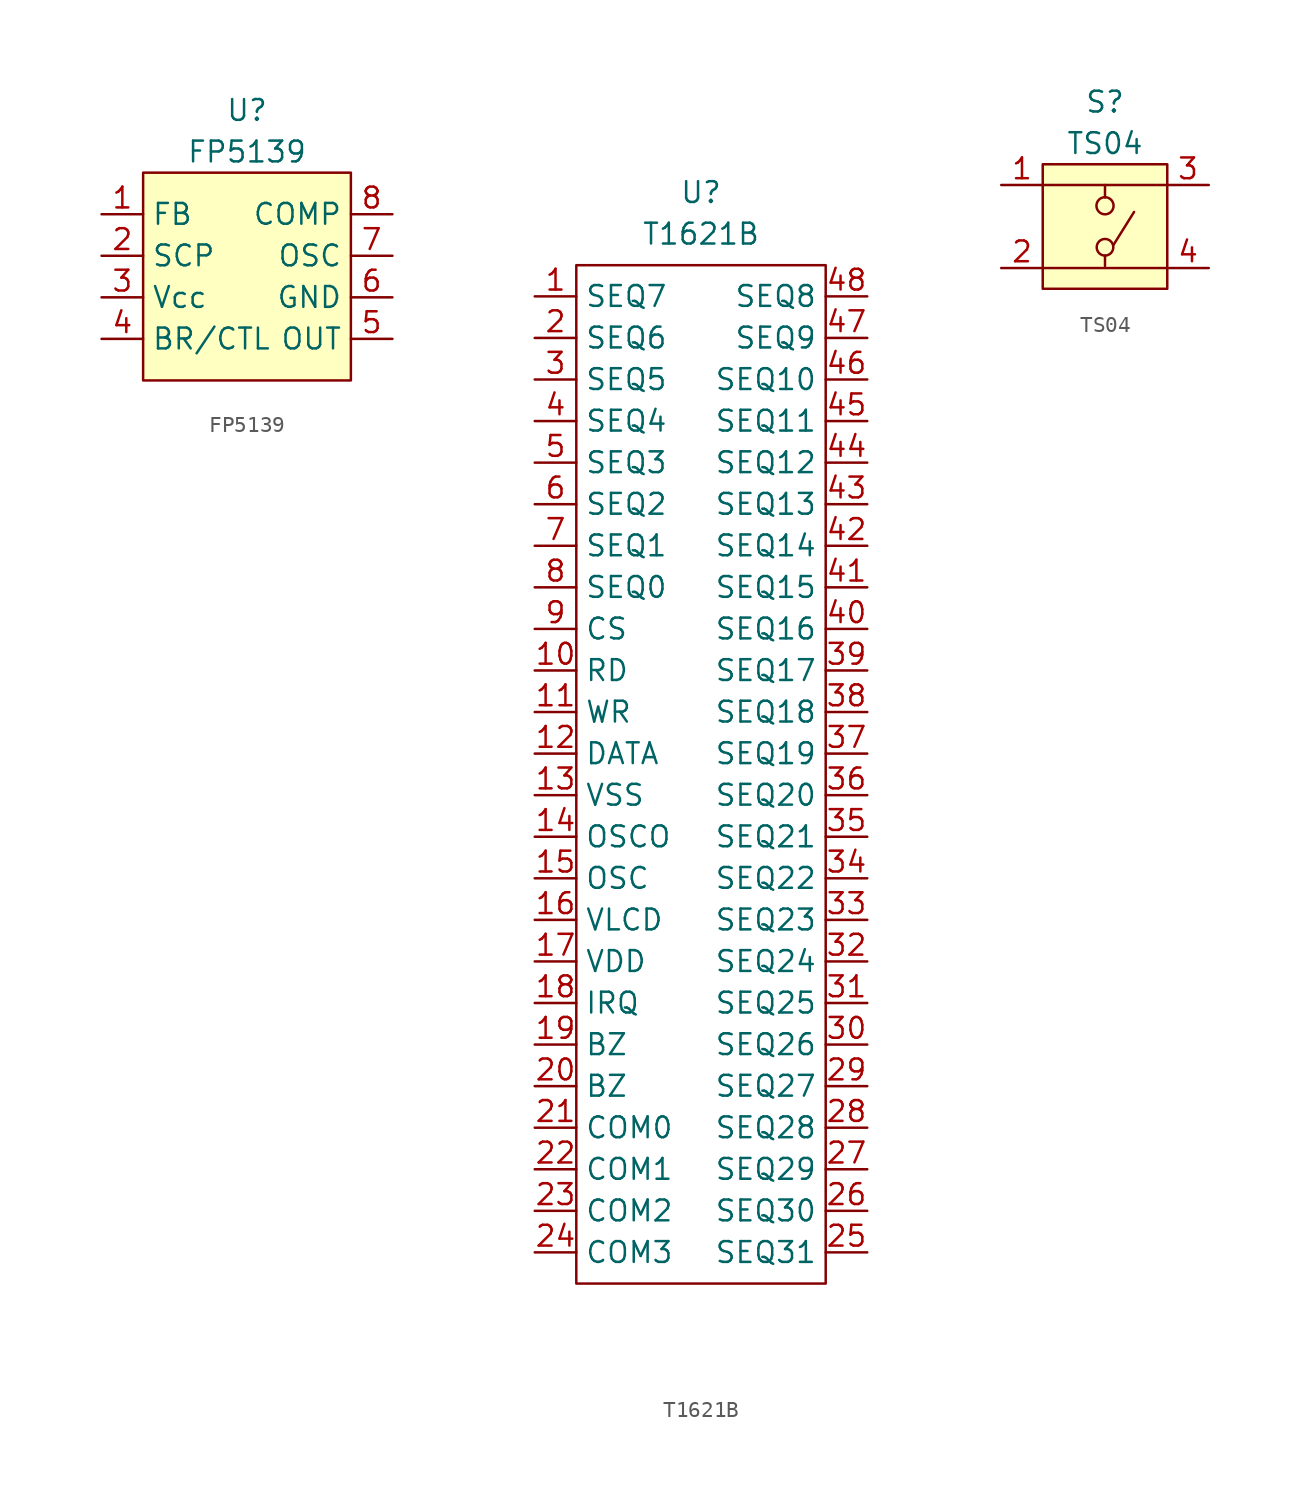
<source format=kicad_sym>
(kicad_symbol_lib
  (version 20220914)
  (generator kicad_symbol_editor)
  (symbol "FP5139"
    (property "Reference" "U"
      (at 0 10.16 0)
      (effects (font (size 1.27 1.27))))
    (property "Value" "FP5139"
      (at 0 7.62 0)
      (effects (font (size 1.27 1.27))))
    (symbol "FP5139_1_1"
      (rectangle (start -6.35 6.35) (end 6.35 -6.35) (stroke (width 0) (type default)) (fill (type background)))
      (pin input line (at -8.89 3.81 0) (length 2.54) (name "FB" (effects (font (size 1.27 1.27)))) (number "1" (effects (font (size 1.27 1.27)))))
      (pin input line (at -8.89 1.27 0) (length 2.54) (name "SCP" (effects (font (size 1.27 1.27)))) (number "2" (effects (font (size 1.27 1.27)))))
      (pin passive line (at -8.89 -1.27 0) (length 2.54) (name "Vcc" (effects (font (size 1.27 1.27)))) (number "3" (effects (font (size 1.27 1.27)))))
      (pin input line (at -8.89 -3.81 0) (length 2.54) (name "BR/CTL" (effects (font (size 1.27 1.27)))) (number "4" (effects (font (size 1.27 1.27)))))
      (pin output line (at 8.89 -3.81 180) (length 2.54) (name "OUT" (effects (font (size 1.27 1.27)))) (number "5" (effects (font (size 1.27 1.27)))))
      (pin passive line (at 8.89 -1.27 180) (length 2.54) (name "GND" (effects (font (size 1.27 1.27)))) (number "6" (effects (font (size 1.27 1.27)))))
      (pin input line (at 8.89 1.27 180) (length 2.54) (name "OSC" (effects (font (size 1.27 1.27)))) (number "7" (effects (font (size 1.27 1.27)))))
      (pin output line (at 8.89 3.81 180) (length 2.54) (name "COMP" (effects (font (size 1.27 1.27)))) (number "8" (effects (font (size 1.27 1.27)))))))
  (symbol "T1621B"
    (property "Reference" "U"
      (at 0 36.83 0)
      (effects (font (size 1.27 1.27))))
    (property "Value" "T1621B"
      (at 0 34.29 0)
      (effects (font (size 1.27 1.27))))
    (symbol "T1621B_0_1"
      (rectangle (start -7.62 32.385) (end 7.62 -29.845) (stroke (width 0) (type default)) (fill (type none))))
    (symbol "T1621B_1_1"
      (pin output line (at -10.16 30.48 0) (length 2.54) (name "SEQ7" (effects (font (size 1.27 1.27)))) (number "1" (effects (font (size 1.27 1.27)))))
      (pin input line (at -10.16 7.62 0) (length 2.54) (name "RD" (effects (font (size 1.27 1.27)))) (number "10" (effects (font (size 1.27 1.27)))))
      (pin input line (at -10.16 5.08 0) (length 2.54) (name "WR" (effects (font (size 1.27 1.27)))) (number "11" (effects (font (size 1.27 1.27)))))
      (pin bidirectional line (at -10.16 2.54 0) (length 2.54) (name "DATA" (effects (font (size 1.27 1.27)))) (number "12" (effects (font (size 1.27 1.27)))))
      (pin input line (at -10.16 0 0) (length 2.54) (name "VSS" (effects (font (size 1.27 1.27)))) (number "13" (effects (font (size 1.27 1.27)))))
      (pin output line (at -10.16 -2.54 0) (length 2.54) (name "OSCO" (effects (font (size 1.27 1.27)))) (number "14" (effects (font (size 1.27 1.27)))))
      (pin input line (at -10.16 -5.08 0) (length 2.54) (name "OSC" (effects (font (size 1.27 1.27)))) (number "15" (effects (font (size 1.27 1.27)))))
      (pin input line (at -10.16 -7.62 0) (length 2.54) (name "VLCD" (effects (font (size 1.27 1.27)))) (number "16" (effects (font (size 1.27 1.27)))))
      (pin input line (at -10.16 -10.16 0) (length 2.54) (name "VDD" (effects (font (size 1.27 1.27)))) (number "17" (effects (font (size 1.27 1.27)))))
      (pin output line (at -10.16 -12.7 0) (length 2.54) (name "IRQ" (effects (font (size 1.27 1.27)))) (number "18" (effects (font (size 1.27 1.27)))))
      (pin output line (at -10.16 -15.24 0) (length 2.54) (name "BZ" (effects (font (size 1.27 1.27)))) (number "19" (effects (font (size 1.27 1.27)))))
      (pin output line (at -10.16 27.94 0) (length 2.54) (name "SEQ6" (effects (font (size 1.27 1.27)))) (number "2" (effects (font (size 1.27 1.27)))))
      (pin output line (at -10.16 -17.78 0) (length 2.54) (name "BZ" (effects (font (size 1.27 1.27)))) (number "20" (effects (font (size 1.27 1.27)))))
      (pin output line (at -10.16 -20.32 0) (length 2.54) (name "COM0" (effects (font (size 1.27 1.27)))) (number "21" (effects (font (size 1.27 1.27)))))
      (pin output line (at -10.16 -22.86 0) (length 2.54) (name "COM1" (effects (font (size 1.27 1.27)))) (number "22" (effects (font (size 1.27 1.27)))))
      (pin output line (at -10.16 -25.4 0) (length 2.54) (name "COM2" (effects (font (size 1.27 1.27)))) (number "23" (effects (font (size 1.27 1.27)))))
      (pin output line (at -10.16 -27.94 0) (length 2.54) (name "COM3" (effects (font (size 1.27 1.27)))) (number "24" (effects (font (size 1.27 1.27)))))
      (pin output line (at 10.16 -27.94 180) (length 2.54) (name "SEQ31" (effects (font (size 1.27 1.27)))) (number "25" (effects (font (size 1.27 1.27)))))
      (pin output line (at 10.16 -25.4 180) (length 2.54) (name "SEQ30" (effects (font (size 1.27 1.27)))) (number "26" (effects (font (size 1.27 1.27)))))
      (pin output line (at 10.16 -22.86 180) (length 2.54) (name "SEQ29" (effects (font (size 1.27 1.27)))) (number "27" (effects (font (size 1.27 1.27)))))
      (pin output line (at 10.16 -20.32 180) (length 2.54) (name "SEQ28" (effects (font (size 1.27 1.27)))) (number "28" (effects (font (size 1.27 1.27)))))
      (pin output line (at 10.16 -17.78 180) (length 2.54) (name "SEQ27" (effects (font (size 1.27 1.27)))) (number "29" (effects (font (size 1.27 1.27)))))
      (pin output line (at -10.16 25.4 0) (length 2.54) (name "SEQ5" (effects (font (size 1.27 1.27)))) (number "3" (effects (font (size 1.27 1.27)))))
      (pin output line (at 10.16 -15.24 180) (length 2.54) (name "SEQ26" (effects (font (size 1.27 1.27)))) (number "30" (effects (font (size 1.27 1.27)))))
      (pin output line (at 10.16 -12.7 180) (length 2.54) (name "SEQ25" (effects (font (size 1.27 1.27)))) (number "31" (effects (font (size 1.27 1.27)))))
      (pin output line (at 10.16 -10.16 180) (length 2.54) (name "SEQ24" (effects (font (size 1.27 1.27)))) (number "32" (effects (font (size 1.27 1.27)))))
      (pin output line (at 10.16 -7.62 180) (length 2.54) (name "SEQ23" (effects (font (size 1.27 1.27)))) (number "33" (effects (font (size 1.27 1.27)))))
      (pin output line (at 10.16 -5.08 180) (length 2.54) (name "SEQ22" (effects (font (size 1.27 1.27)))) (number "34" (effects (font (size 1.27 1.27)))))
      (pin output line (at 10.16 -2.54 180) (length 2.54) (name "SEQ21" (effects (font (size 1.27 1.27)))) (number "35" (effects (font (size 1.27 1.27)))))
      (pin output line (at 10.16 0 180) (length 2.54) (name "SEQ20" (effects (font (size 1.27 1.27)))) (number "36" (effects (font (size 1.27 1.27)))))
      (pin output line (at 10.16 2.54 180) (length 2.54) (name "SEQ19" (effects (font (size 1.27 1.27)))) (number "37" (effects (font (size 1.27 1.27)))))
      (pin output line (at 10.16 5.08 180) (length 2.54) (name "SEQ18" (effects (font (size 1.27 1.27)))) (number "38" (effects (font (size 1.27 1.27)))))
      (pin output line (at 10.16 7.62 180) (length 2.54) (name "SEQ17" (effects (font (size 1.27 1.27)))) (number "39" (effects (font (size 1.27 1.27)))))
      (pin output line (at -10.16 22.86 0) (length 2.54) (name "SEQ4" (effects (font (size 1.27 1.27)))) (number "4" (effects (font (size 1.27 1.27)))))
      (pin output line (at 10.16 10.16 180) (length 2.54) (name "SEQ16" (effects (font (size 1.27 1.27)))) (number "40" (effects (font (size 1.27 1.27)))))
      (pin output line (at 10.16 12.7 180) (length 2.54) (name "SEQ15" (effects (font (size 1.27 1.27)))) (number "41" (effects (font (size 1.27 1.27)))))
      (pin output line (at 10.16 15.24 180) (length 2.54) (name "SEQ14" (effects (font (size 1.27 1.27)))) (number "42" (effects (font (size 1.27 1.27)))))
      (pin output line (at 10.16 17.78 180) (length 2.54) (name "SEQ13" (effects (font (size 1.27 1.27)))) (number "43" (effects (font (size 1.27 1.27)))))
      (pin output line (at 10.16 20.32 180) (length 2.54) (name "SEQ12" (effects (font (size 1.27 1.27)))) (number "44" (effects (font (size 1.27 1.27)))))
      (pin output line (at 10.16 22.86 180) (length 2.54) (name "SEQ11" (effects (font (size 1.27 1.27)))) (number "45" (effects (font (size 1.27 1.27)))))
      (pin output line (at 10.16 25.4 180) (length 2.54) (name "SEQ10" (effects (font (size 1.27 1.27)))) (number "46" (effects (font (size 1.27 1.27)))))
      (pin output line (at 10.16 27.94 180) (length 2.54) (name "SEQ9" (effects (font (size 1.27 1.27)))) (number "47" (effects (font (size 1.27 1.27)))))
      (pin output line (at 10.16 30.48 180) (length 2.54) (name "SEQ8" (effects (font (size 1.27 1.27)))) (number "48" (effects (font (size 1.27 1.27)))))
      (pin output line (at -10.16 20.32 0) (length 2.54) (name "SEQ3" (effects (font (size 1.27 1.27)))) (number "5" (effects (font (size 1.27 1.27)))))
      (pin output line (at -10.16 17.78 0) (length 2.54) (name "SEQ2" (effects (font (size 1.27 1.27)))) (number "6" (effects (font (size 1.27 1.27)))))
      (pin output line (at -10.16 15.24 0) (length 2.54) (name "SEQ1" (effects (font (size 1.27 1.27)))) (number "7" (effects (font (size 1.27 1.27)))))
      (pin output line (at -10.16 12.7 0) (length 2.54) (name "SEQ0" (effects (font (size 1.27 1.27)))) (number "8" (effects (font (size 1.27 1.27)))))
      (pin input line (at -10.16 10.16 0) (length 2.54) (name "CS" (effects (font (size 1.27 1.27)))) (number "9" (effects (font (size 1.27 1.27)))))))
  (symbol "TS04"
    (property "Reference" "S"
      (at 0 5.08 0)
      (effects (font (size 1.27 1.27))))
    (property "Value" "TS04"
      (at 0 2.54 0)
      (effects (font (size 1.27 1.27))))
    (symbol "TS04_0_0"
      (text "" (at 0 3.81 0) (effects (font (size 1.27 1.27)))))
    (symbol "TS04_0_1"
      (circle (center 0 -3.81) (radius 0.508) (stroke (width 0) (type default)) (fill (type none)))
      (circle (center 0 -1.27) (radius 0.524) (stroke (width 0) (type default)) (fill (type none)))
      (polyline (pts (xy -3.81 -5.08) (xy 3.81 -5.08)) (stroke (width 0) (type default)) (fill (type none)))
      (polyline (pts (xy -3.81 0) (xy 3.81 0)) (stroke (width 0) (type default)) (fill (type none)))
      (polyline (pts (xy 0 -4.953) (xy 0 -4.318)) (stroke (width 0) (type default)) (fill (type none)))
      (polyline (pts (xy 0.508 -3.683) (xy 1.778 -1.651)) (stroke (width 0) (type default)) (fill (type none)))
      (polyline (pts (xy 0 0) (xy 0 -0.508) (xy 0 -0.762)) (stroke (width 0) (type default)) (fill (type none))))
    (symbol "TS04_1_1"
      (rectangle (start -3.81 1.27) (end 3.81 -6.35) (stroke (width 0) (type default)) (fill (type background)))
      (pin passive line (at -6.35 0 0) (length 2.54) (name "" (effects (font (size 1.27 1.27)))) (number "1" (effects (font (size 1.27 1.27)))))
      (pin passive line (at -6.35 -5.08 0) (length 2.54) (name "" (effects (font (size 1.27 1.27)))) (number "2" (effects (font (size 1.27 1.27)))))
      (pin passive line (at 6.35 0 180) (length 2.54) (name "" (effects (font (size 1.27 1.27)))) (number "3" (effects (font (size 1.27 1.27)))))
      (pin passive line (at 6.35 -5.08 180) (length 2.54) (name "" (effects (font (size 1.27 1.27)))) (number "4" (effects (font (size 1.27 1.27))))))))
</source>
